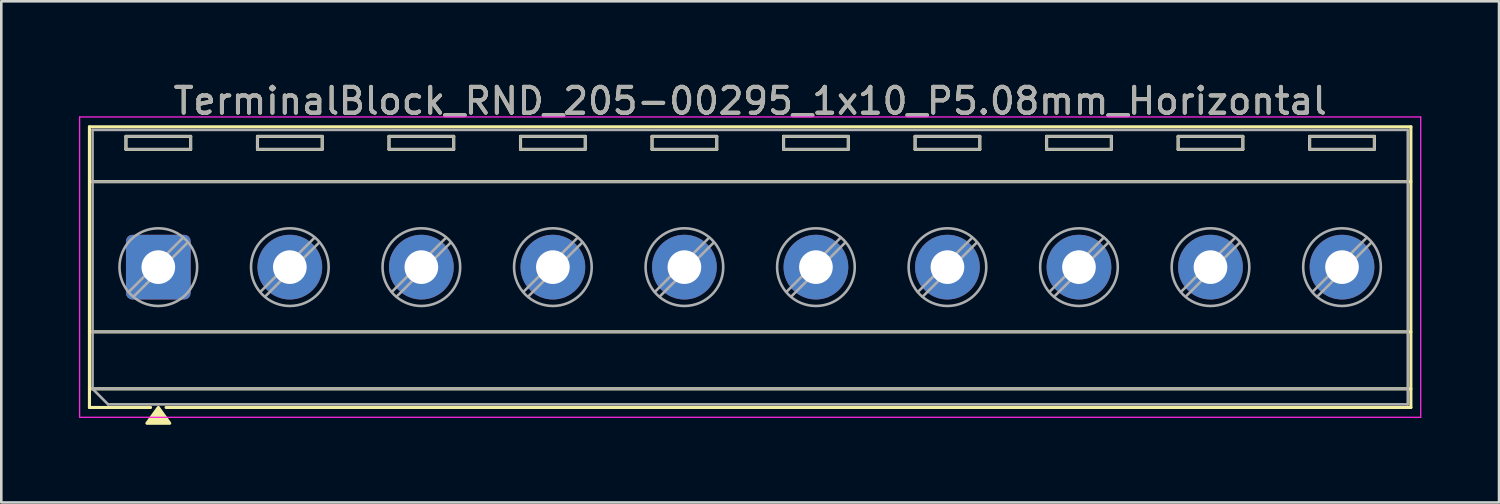
<source format=kicad_pcb>
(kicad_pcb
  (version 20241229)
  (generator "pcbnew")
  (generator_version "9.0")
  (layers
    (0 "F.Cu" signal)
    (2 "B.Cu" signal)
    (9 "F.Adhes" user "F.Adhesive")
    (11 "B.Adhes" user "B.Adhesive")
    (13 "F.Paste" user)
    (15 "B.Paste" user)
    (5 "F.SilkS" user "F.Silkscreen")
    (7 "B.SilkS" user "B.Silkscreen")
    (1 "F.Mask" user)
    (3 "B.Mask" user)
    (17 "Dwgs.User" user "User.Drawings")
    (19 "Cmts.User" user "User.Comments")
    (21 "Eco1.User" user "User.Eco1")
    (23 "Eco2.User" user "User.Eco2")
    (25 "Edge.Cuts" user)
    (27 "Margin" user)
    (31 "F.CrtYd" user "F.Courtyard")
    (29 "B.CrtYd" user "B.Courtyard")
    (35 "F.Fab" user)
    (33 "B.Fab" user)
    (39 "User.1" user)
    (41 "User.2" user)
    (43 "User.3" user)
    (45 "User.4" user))
  (footprint "TerminalBlock_RND_205-00295_1x10_P5.08mm_Horizontal"
    (layer "F.Cu")
    (at 3.065 7.268)
    (property "Reference" "TerminalBlock_RND_205-00295_1x10_P5.08mm_Horizontal" (at 22.86 -6.42 0) (layer "F.SilkS") (effects (font (size 1 1) (thickness 0.15))))
    (attr through_hole)
    (fp_line (start -2.66 -5.42) (end -2.66 5.42) (stroke (width 0.12) (type solid)) (layer "F.SilkS"))
    (fp_line (start -2.66 -5.42) (end 48.38 -5.42) (stroke (width 0.12) (type solid)) (layer "F.SilkS"))
    (fp_line (start -2.66 -3.3) (end 48.38 -3.3) (stroke (width 0.12) (type solid)) (layer "F.SilkS"))
    (fp_line (start -2.66 2.5) (end 48.38 2.5) (stroke (width 0.12) (type solid)) (layer "F.SilkS"))
    (fp_line (start -2.66 4.7) (end 48.38 4.7) (stroke (width 0.12) (type solid)) (layer "F.SilkS"))
    (fp_line (start -2.66 5.42) (end -0.3 5.42) (stroke (width 0.12) (type solid)) (layer "F.SilkS"))
    (fp_line (start -1.25 -5.05) (end -1.25 -4.55) (stroke (width 0.12) (type solid)) (layer "F.SilkS"))
    (fp_line (start -1.25 -5.05) (end 1.25 -5.05) (stroke (width 0.12) (type solid)) (layer "F.SilkS"))
    (fp_line (start -1.25 -4.55) (end 1.25 -4.55) (stroke (width 0.12) (type solid)) (layer "F.SilkS"))
    (fp_line (start 0.3 5.42) (end 48.38 5.42) (stroke (width 0.12) (type solid)) (layer "F.SilkS"))
    (fp_line (start 1.25 -5.05) (end 1.25 -4.55) (stroke (width 0.12) (type solid)) (layer "F.SilkS"))
    (fp_line (start 3.83 -5.05) (end 3.83 -4.55) (stroke (width 0.12) (type solid)) (layer "F.SilkS"))
    (fp_line (start 3.83 -5.05) (end 6.33 -5.05) (stroke (width 0.12) (type solid)) (layer "F.SilkS"))
    (fp_line (start 3.83 -4.55) (end 6.33 -4.55) (stroke (width 0.12) (type solid)) (layer "F.SilkS"))
    (fp_line (start 6.33 -5.05) (end 6.33 -4.55) (stroke (width 0.12) (type solid)) (layer "F.SilkS"))
    (fp_line (start 8.91 -5.05) (end 8.91 -4.55) (stroke (width 0.12) (type solid)) (layer "F.SilkS"))
    (fp_line (start 8.91 -5.05) (end 11.41 -5.05) (stroke (width 0.12) (type solid)) (layer "F.SilkS"))
    (fp_line (start 8.91 -4.55) (end 11.41 -4.55) (stroke (width 0.12) (type solid)) (layer "F.SilkS"))
    (fp_line (start 11.41 -5.05) (end 11.41 -4.55) (stroke (width 0.12) (type solid)) (layer "F.SilkS"))
    (fp_line (start 13.99 -5.05) (end 13.99 -4.55) (stroke (width 0.12) (type solid)) (layer "F.SilkS"))
    (fp_line (start 13.99 -5.05) (end 16.49 -5.05) (stroke (width 0.12) (type solid)) (layer "F.SilkS"))
    (fp_line (start 13.99 -4.55) (end 16.49 -4.55) (stroke (width 0.12) (type solid)) (layer "F.SilkS"))
    (fp_line (start 16.49 -5.05) (end 16.49 -4.55) (stroke (width 0.12) (type solid)) (layer "F.SilkS"))
    (fp_line (start 19.07 -5.05) (end 19.07 -4.55) (stroke (width 0.12) (type solid)) (layer "F.SilkS"))
    (fp_line (start 19.07 -5.05) (end 21.57 -5.05) (stroke (width 0.12) (type solid)) (layer "F.SilkS"))
    (fp_line (start 19.07 -4.55) (end 21.57 -4.55) (stroke (width 0.12) (type solid)) (layer "F.SilkS"))
    (fp_line (start 21.57 -5.05) (end 21.57 -4.55) (stroke (width 0.12) (type solid)) (layer "F.SilkS"))
    (fp_line (start 24.15 -5.05) (end 24.15 -4.55) (stroke (width 0.12) (type solid)) (layer "F.SilkS"))
    (fp_line (start 24.15 -5.05) (end 26.65 -5.05) (stroke (width 0.12) (type solid)) (layer "F.SilkS"))
    (fp_line (start 24.15 -4.55) (end 26.65 -4.55) (stroke (width 0.12) (type solid)) (layer "F.SilkS"))
    (fp_line (start 26.65 -5.05) (end 26.65 -4.55) (stroke (width 0.12) (type solid)) (layer "F.SilkS"))
    (fp_line (start 29.23 -5.05) (end 29.23 -4.55) (stroke (width 0.12) (type solid)) (layer "F.SilkS"))
    (fp_line (start 29.23 -5.05) (end 31.73 -5.05) (stroke (width 0.12) (type solid)) (layer "F.SilkS"))
    (fp_line (start 29.23 -4.55) (end 31.73 -4.55) (stroke (width 0.12) (type solid)) (layer "F.SilkS"))
    (fp_line (start 31.73 -5.05) (end 31.73 -4.55) (stroke (width 0.12) (type solid)) (layer "F.SilkS"))
    (fp_line (start 34.31 -5.05) (end 34.31 -4.55) (stroke (width 0.12) (type solid)) (layer "F.SilkS"))
    (fp_line (start 34.31 -5.05) (end 36.81 -5.05) (stroke (width 0.12) (type solid)) (layer "F.SilkS"))
    (fp_line (start 34.31 -4.55) (end 36.81 -4.55) (stroke (width 0.12) (type solid)) (layer "F.SilkS"))
    (fp_line (start 36.81 -5.05) (end 36.81 -4.55) (stroke (width 0.12) (type solid)) (layer "F.SilkS"))
    (fp_line (start 39.39 -5.05) (end 39.39 -4.55) (stroke (width 0.12) (type solid)) (layer "F.SilkS"))
    (fp_line (start 39.39 -5.05) (end 41.89 -5.05) (stroke (width 0.12) (type solid)) (layer "F.SilkS"))
    (fp_line (start 39.39 -4.55) (end 41.89 -4.55) (stroke (width 0.12) (type solid)) (layer "F.SilkS"))
    (fp_line (start 41.89 -5.05) (end 41.89 -4.55) (stroke (width 0.12) (type solid)) (layer "F.SilkS"))
    (fp_line (start 44.47 -5.05) (end 44.47 -4.55) (stroke (width 0.12) (type solid)) (layer "F.SilkS"))
    (fp_line (start 44.47 -5.05) (end 46.97 -5.05) (stroke (width 0.12) (type solid)) (layer "F.SilkS"))
    (fp_line (start 44.47 -4.55) (end 46.97 -4.55) (stroke (width 0.12) (type solid)) (layer "F.SilkS"))
    (fp_line (start 46.97 -5.05) (end 46.97 -4.55) (stroke (width 0.12) (type solid)) (layer "F.SilkS"))
    (fp_line (start 48.38 -5.42) (end 48.38 5.42) (stroke (width 0.12) (type solid)) (layer "F.SilkS"))
    (fp_poly (pts (xy 0 5.42) (xy 0.44 6.03) (xy -0.44 6.03)) (stroke (width 0.12) (type solid)) (fill yes) (layer "F.SilkS"))
    (fp_line (start -3.04 -5.8) (end -3.04 5.8) (stroke (width 0.05) (type solid)) (layer "F.CrtYd"))
    (fp_line (start -3.04 5.8) (end 48.76 5.8) (stroke (width 0.05) (type solid)) (layer "F.CrtYd"))
    (fp_line (start 48.76 -5.8) (end -3.04 -5.8) (stroke (width 0.05) (type solid)) (layer "F.CrtYd"))
    (fp_line (start 48.76 5.8) (end 48.76 -5.8) (stroke (width 0.05) (type solid)) (layer "F.CrtYd"))
    (fp_line (start -2.54 -5.3) (end 48.26 -5.3) (stroke (width 0.1) (type solid)) (layer "F.Fab"))
    (fp_line (start -2.54 -3.3) (end 48.26 -3.3) (stroke (width 0.1) (type solid)) (layer "F.Fab"))
    (fp_line (start -2.54 2.5) (end 48.26 2.5) (stroke (width 0.1) (type solid)) (layer "F.Fab"))
    (fp_line (start -2.54 4.7) (end -2.54 -5.3) (stroke (width 0.1) (type solid)) (layer "F.Fab"))
    (fp_line (start -2.54 4.7) (end 48.26 4.7) (stroke (width 0.1) (type solid)) (layer "F.Fab"))
    (fp_line (start -1.94 5.3) (end -2.54 4.7) (stroke (width 0.1) (type solid)) (layer "F.Fab"))
    (fp_line (start -1.25 -5.05) (end -1.25 -4.55) (stroke (width 0.1) (type solid)) (layer "F.Fab"))
    (fp_line (start -1.25 -4.55) (end 1.25 -4.55) (stroke (width 0.1) (type solid)) (layer "F.Fab"))
    (fp_line (start 0.955 -1.138) (end -1.138 0.954) (stroke (width 0.1) (type solid)) (layer "F.Fab"))
    (fp_line (start 1.138 -0.954) (end -0.955 1.137) (stroke (width 0.1) (type solid)) (layer "F.Fab"))
    (fp_line (start 1.25 -5.05) (end -1.25 -5.05) (stroke (width 0.1) (type solid)) (layer "F.Fab"))
    (fp_line (start 1.25 -4.55) (end 1.25 -5.05) (stroke (width 0.1) (type solid)) (layer "F.Fab"))
    (fp_line (start 3.83 -5.05) (end 3.83 -4.55) (stroke (width 0.1) (type solid)) (layer "F.Fab"))
    (fp_line (start 3.83 -4.55) (end 6.33 -4.55) (stroke (width 0.1) (type solid)) (layer "F.Fab"))
    (fp_line (start 6.035 -1.138) (end 3.942 0.954) (stroke (width 0.1) (type solid)) (layer "F.Fab"))
    (fp_line (start 6.218 -0.954) (end 4.125 1.137) (stroke (width 0.1) (type solid)) (layer "F.Fab"))
    (fp_line (start 6.33 -5.05) (end 3.83 -5.05) (stroke (width 0.1) (type solid)) (layer "F.Fab"))
    (fp_line (start 6.33 -4.55) (end 6.33 -5.05) (stroke (width 0.1) (type solid)) (layer "F.Fab"))
    (fp_line (start 8.91 -5.05) (end 8.91 -4.55) (stroke (width 0.1) (type solid)) (layer "F.Fab"))
    (fp_line (start 8.91 -4.55) (end 11.41 -4.55) (stroke (width 0.1) (type solid)) (layer "F.Fab"))
    (fp_line (start 11.115 -1.138) (end 9.022 0.954) (stroke (width 0.1) (type solid)) (layer "F.Fab"))
    (fp_line (start 11.298 -0.954) (end 9.205 1.137) (stroke (width 0.1) (type solid)) (layer "F.Fab"))
    (fp_line (start 11.41 -5.05) (end 8.91 -5.05) (stroke (width 0.1) (type solid)) (layer "F.Fab"))
    (fp_line (start 11.41 -4.55) (end 11.41 -5.05) (stroke (width 0.1) (type solid)) (layer "F.Fab"))
    (fp_line (start 13.99 -5.05) (end 13.99 -4.55) (stroke (width 0.1) (type solid)) (layer "F.Fab"))
    (fp_line (start 13.99 -4.55) (end 16.49 -4.55) (stroke (width 0.1) (type solid)) (layer "F.Fab"))
    (fp_line (start 16.195 -1.138) (end 14.102 0.954) (stroke (width 0.1) (type solid)) (layer "F.Fab"))
    (fp_line (start 16.378 -0.954) (end 14.285 1.137) (stroke (width 0.1) (type solid)) (layer "F.Fab"))
    (fp_line (start 16.49 -5.05) (end 13.99 -5.05) (stroke (width 0.1) (type solid)) (layer "F.Fab"))
    (fp_line (start 16.49 -4.55) (end 16.49 -5.05) (stroke (width 0.1) (type solid)) (layer "F.Fab"))
    (fp_line (start 19.07 -5.05) (end 19.07 -4.55) (stroke (width 0.1) (type solid)) (layer "F.Fab"))
    (fp_line (start 19.07 -4.55) (end 21.57 -4.55) (stroke (width 0.1) (type solid)) (layer "F.Fab"))
    (fp_line (start 21.275 -1.138) (end 19.182 0.954) (stroke (width 0.1) (type solid)) (layer "F.Fab"))
    (fp_line (start 21.458 -0.954) (end 19.365 1.137) (stroke (width 0.1) (type solid)) (layer "F.Fab"))
    (fp_line (start 21.57 -5.05) (end 19.07 -5.05) (stroke (width 0.1) (type solid)) (layer "F.Fab"))
    (fp_line (start 21.57 -4.55) (end 21.57 -5.05) (stroke (width 0.1) (type solid)) (layer "F.Fab"))
    (fp_line (start 24.15 -5.05) (end 24.15 -4.55) (stroke (width 0.1) (type solid)) (layer "F.Fab"))
    (fp_line (start 24.15 -4.55) (end 26.65 -4.55) (stroke (width 0.1) (type solid)) (layer "F.Fab"))
    (fp_line (start 26.355 -1.138) (end 24.262 0.954) (stroke (width 0.1) (type solid)) (layer "F.Fab"))
    (fp_line (start 26.538 -0.954) (end 24.445 1.137) (stroke (width 0.1) (type solid)) (layer "F.Fab"))
    (fp_line (start 26.65 -5.05) (end 24.15 -5.05) (stroke (width 0.1) (type solid)) (layer "F.Fab"))
    (fp_line (start 26.65 -4.55) (end 26.65 -5.05) (stroke (width 0.1) (type solid)) (layer "F.Fab"))
    (fp_line (start 29.23 -5.05) (end 29.23 -4.55) (stroke (width 0.1) (type solid)) (layer "F.Fab"))
    (fp_line (start 29.23 -4.55) (end 31.73 -4.55) (stroke (width 0.1) (type solid)) (layer "F.Fab"))
    (fp_line (start 31.435 -1.138) (end 29.342 0.954) (stroke (width 0.1) (type solid)) (layer "F.Fab"))
    (fp_line (start 31.618 -0.954) (end 29.525 1.137) (stroke (width 0.1) (type solid)) (layer "F.Fab"))
    (fp_line (start 31.73 -5.05) (end 29.23 -5.05) (stroke (width 0.1) (type solid)) (layer "F.Fab"))
    (fp_line (start 31.73 -4.55) (end 31.73 -5.05) (stroke (width 0.1) (type solid)) (layer "F.Fab"))
    (fp_line (start 34.31 -5.05) (end 34.31 -4.55) (stroke (width 0.1) (type solid)) (layer "F.Fab"))
    (fp_line (start 34.31 -4.55) (end 36.81 -4.55) (stroke (width 0.1) (type solid)) (layer "F.Fab"))
    (fp_line (start 36.515 -1.138) (end 34.422 0.954) (stroke (width 0.1) (type solid)) (layer "F.Fab"))
    (fp_line (start 36.698 -0.954) (end 34.605 1.137) (stroke (width 0.1) (type solid)) (layer "F.Fab"))
    (fp_line (start 36.81 -5.05) (end 34.31 -5.05) (stroke (width 0.1) (type solid)) (layer "F.Fab"))
    (fp_line (start 36.81 -4.55) (end 36.81 -5.05) (stroke (width 0.1) (type solid)) (layer "F.Fab"))
    (fp_line (start 39.39 -5.05) (end 39.39 -4.55) (stroke (width 0.1) (type solid)) (layer "F.Fab"))
    (fp_line (start 39.39 -4.55) (end 41.89 -4.55) (stroke (width 0.1) (type solid)) (layer "F.Fab"))
    (fp_line (start 41.595 -1.138) (end 39.502 0.954) (stroke (width 0.1) (type solid)) (layer "F.Fab"))
    (fp_line (start 41.778 -0.954) (end 39.685 1.137) (stroke (width 0.1) (type solid)) (layer "F.Fab"))
    (fp_line (start 41.89 -5.05) (end 39.39 -5.05) (stroke (width 0.1) (type solid)) (layer "F.Fab"))
    (fp_line (start 41.89 -4.55) (end 41.89 -5.05) (stroke (width 0.1) (type solid)) (layer "F.Fab"))
    (fp_line (start 44.47 -5.05) (end 44.47 -4.55) (stroke (width 0.1) (type solid)) (layer "F.Fab"))
    (fp_line (start 44.47 -4.55) (end 46.97 -4.55) (stroke (width 0.1) (type solid)) (layer "F.Fab"))
    (fp_line (start 46.675 -1.138) (end 44.582 0.954) (stroke (width 0.1) (type solid)) (layer "F.Fab"))
    (fp_line (start 46.858 -0.954) (end 44.765 1.137) (stroke (width 0.1) (type solid)) (layer "F.Fab"))
    (fp_line (start 46.97 -5.05) (end 44.47 -5.05) (stroke (width 0.1) (type solid)) (layer "F.Fab"))
    (fp_line (start 46.97 -4.55) (end 46.97 -5.05) (stroke (width 0.1) (type solid)) (layer "F.Fab"))
    (fp_line (start 48.26 -5.3) (end 48.26 5.3) (stroke (width 0.1) (type solid)) (layer "F.Fab"))
    (fp_line (start 48.26 5.3) (end -1.94 5.3) (stroke (width 0.1) (type solid)) (layer "F.Fab"))
    (fp_circle (center 0 0) (end 1.5 0) (stroke (width 0.1) (type solid)) (fill no) (layer "F.Fab"))
    (fp_circle (center 5.08 0) (end 6.58 0) (stroke (width 0.1) (type solid)) (fill no) (layer "F.Fab"))
    (fp_circle (center 10.16 0) (end 11.66 0) (stroke (width 0.1) (type solid)) (fill no) (layer "F.Fab"))
    (fp_circle (center 15.24 0) (end 16.74 0) (stroke (width 0.1) (type solid)) (fill no) (layer "F.Fab"))
    (fp_circle (center 20.32 0) (end 21.82 0) (stroke (width 0.1) (type solid)) (fill no) (layer "F.Fab"))
    (fp_circle (center 25.4 0) (end 26.9 0) (stroke (width 0.1) (type solid)) (fill no) (layer "F.Fab"))
    (fp_circle (center 30.48 0) (end 31.98 0) (stroke (width 0.1) (type solid)) (fill no) (layer "F.Fab"))
    (fp_circle (center 35.56 0) (end 37.06 0) (stroke (width 0.1) (type solid)) (fill no) (layer "F.Fab"))
    (fp_circle (center 40.64 0) (end 42.14 0) (stroke (width 0.1) (type solid)) (fill no) (layer "F.Fab"))
    (fp_circle (center 45.72 0) (end 47.22 0) (stroke (width 0.1) (type solid)) (fill no) (layer "F.Fab"))
    (fp_text user "${REFERENCE}" (at 22.86 -6.42 0) (layer "F.Fab") (effects (font (size 1 1) (thickness 0.15))))
    (pad "1" thru_hole roundrect (at 0 0) (size 2.5 2.5) (drill 1.3) (layers "*.Cu" "*.Mask") (roundrect_rratio 0.1))
    (pad "2" thru_hole circle (at 5.08 0) (size 2.5 2.5) (drill 1.3) (layers "*.Cu" "*.Mask"))
    (pad "3" thru_hole circle (at 10.16 0) (size 2.5 2.5) (drill 1.3) (layers "*.Cu" "*.Mask"))
    (pad "4" thru_hole circle (at 15.24 0) (size 2.5 2.5) (drill 1.3) (layers "*.Cu" "*.Mask"))
    (pad "5" thru_hole circle (at 20.32 0) (size 2.5 2.5) (drill 1.3) (layers "*.Cu" "*.Mask"))
    (pad "6" thru_hole circle (at 25.4 0) (size 2.5 2.5) (drill 1.3) (layers "*.Cu" "*.Mask"))
    (pad "7" thru_hole circle (at 30.48 0) (size 2.5 2.5) (drill 1.3) (layers "*.Cu" "*.Mask"))
    (pad "8" thru_hole circle (at 35.56 0) (size 2.5 2.5) (drill 1.3) (layers "*.Cu" "*.Mask"))
    (pad "9" thru_hole circle (at 40.64 0) (size 2.5 2.5) (drill 1.3) (layers "*.Cu" "*.Mask"))
    (pad "10" thru_hole circle (at 45.72 0) (size 2.5 2.5) (drill 1.3) (layers "*.Cu" "*.Mask")))
  (gr_rect
    (start -3 -3)
    (end 54.85 16.358)
    (stroke (width 0.1) (type default))
    (fill no)
    (layer "Edge.Cuts")))
</source>
